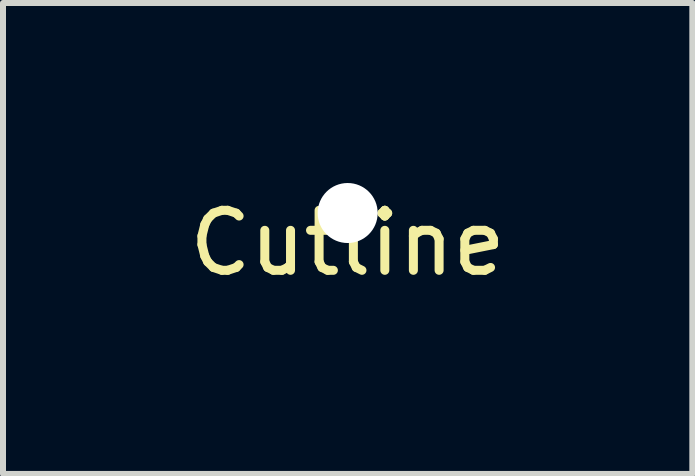
<source format=kicad_pcb>
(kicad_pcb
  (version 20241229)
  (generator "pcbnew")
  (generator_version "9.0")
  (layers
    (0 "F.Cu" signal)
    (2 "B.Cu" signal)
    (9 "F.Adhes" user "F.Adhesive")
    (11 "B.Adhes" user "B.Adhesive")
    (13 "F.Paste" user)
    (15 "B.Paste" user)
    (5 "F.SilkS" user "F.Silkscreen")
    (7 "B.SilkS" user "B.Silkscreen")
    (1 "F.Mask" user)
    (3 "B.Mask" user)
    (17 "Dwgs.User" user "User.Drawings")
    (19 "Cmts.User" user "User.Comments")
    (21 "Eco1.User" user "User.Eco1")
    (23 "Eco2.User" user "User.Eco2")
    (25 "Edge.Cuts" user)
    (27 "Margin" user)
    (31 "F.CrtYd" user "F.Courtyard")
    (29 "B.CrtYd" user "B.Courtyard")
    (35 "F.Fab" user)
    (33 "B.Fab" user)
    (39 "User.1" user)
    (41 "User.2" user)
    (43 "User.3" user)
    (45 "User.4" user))
  (footprint "Cutline"
    (layer "F.Cu")
    (at 2.744 0.5)
    (property "Reference" "Cutline" (at 0 0.5 0) (layer "F.SilkS") (effects (font (size 1 1) (thickness 0.15))))
    (attr through_hole)
    (pad "" np_thru_hole circle (at 0 0) (size 1 1) (drill 1) (layers "*.Cu" "*.Mask")))
  (gr_rect
    (start -3 -3)
    (end 8.488 4.848)
    (stroke (width 0.1) (type default))
    (fill no)
    (layer "Edge.Cuts")))
</source>
